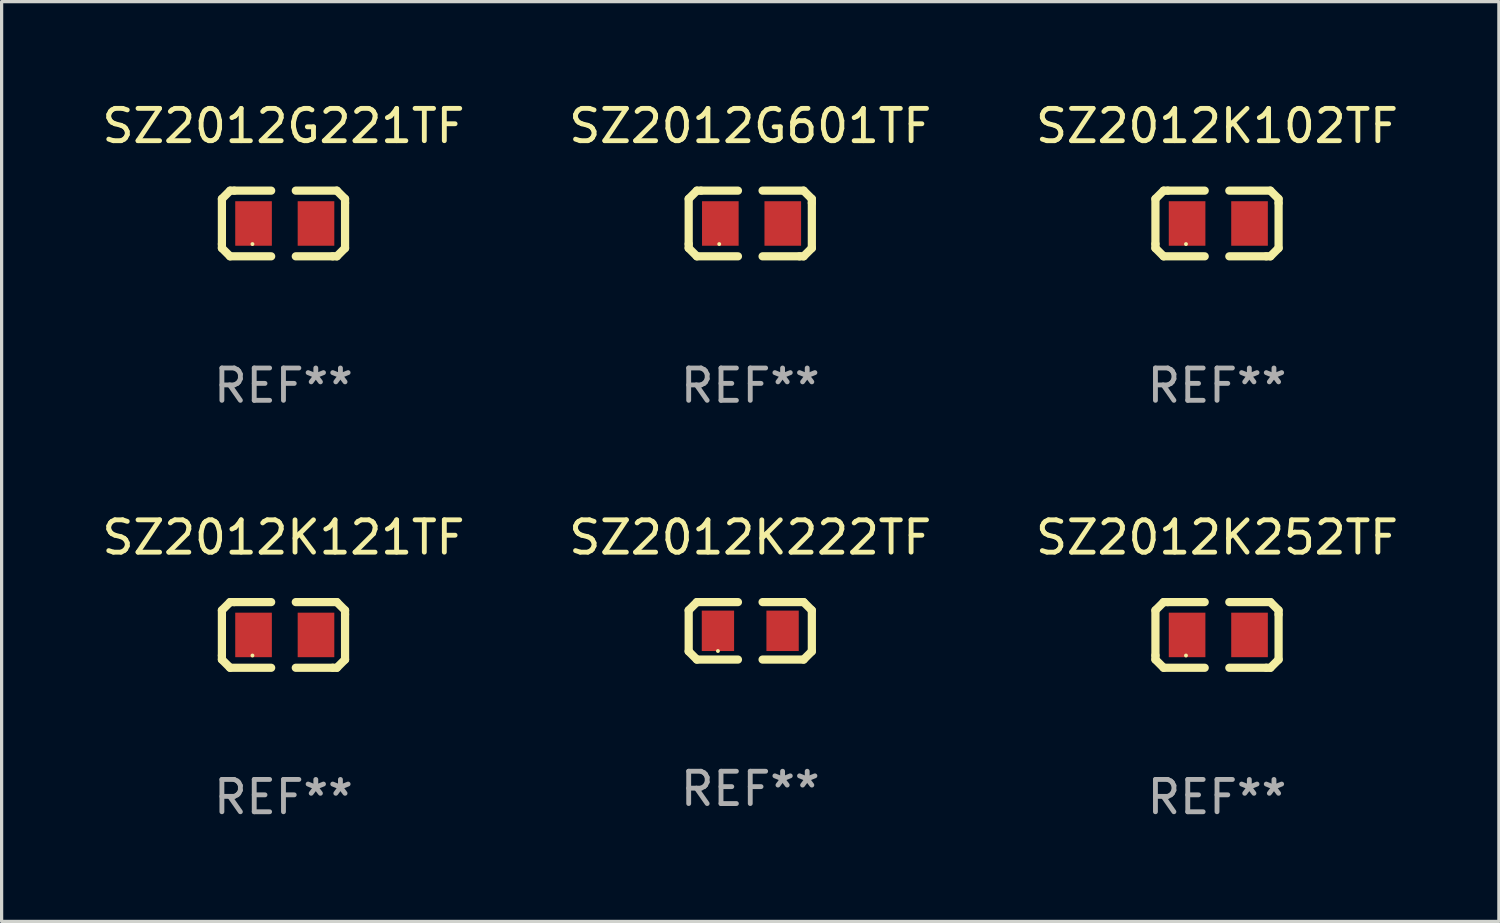
<source format=kicad_pcb>
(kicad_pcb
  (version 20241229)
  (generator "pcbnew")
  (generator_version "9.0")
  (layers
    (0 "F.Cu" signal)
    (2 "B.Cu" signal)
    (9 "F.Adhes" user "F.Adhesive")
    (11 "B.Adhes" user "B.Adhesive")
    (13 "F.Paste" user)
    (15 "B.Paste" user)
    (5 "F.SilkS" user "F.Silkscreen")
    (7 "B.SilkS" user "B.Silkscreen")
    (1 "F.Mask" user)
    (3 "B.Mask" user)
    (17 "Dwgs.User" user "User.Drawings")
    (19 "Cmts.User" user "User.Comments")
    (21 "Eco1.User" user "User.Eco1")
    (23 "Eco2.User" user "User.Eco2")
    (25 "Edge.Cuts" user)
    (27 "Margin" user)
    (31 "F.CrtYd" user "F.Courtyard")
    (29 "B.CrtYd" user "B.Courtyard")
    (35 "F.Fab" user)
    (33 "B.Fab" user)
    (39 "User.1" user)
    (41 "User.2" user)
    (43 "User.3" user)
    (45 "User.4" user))
  (footprint "SZ2012K222TF"
    (layer "F.Cu")
    (at 20.161 16.466)
    (property "Reference" "SZ2012K222TF" (at 0 -2.889 0) (layer "F.SilkS") (effects (font (size 1 1) (thickness 0.15))))
    (attr through_hole)
    (fp_line (start -1.905 -0.635) (end -1.651 -0.889) (stroke (width 0.254) (type solid)) (layer "F.SilkS"))
    (fp_line (start -1.905 0.635) (end -1.905 -0.635) (stroke (width 0.254) (type solid)) (layer "F.SilkS"))
    (fp_line (start -1.651 -0.889) (end -0.381 -0.889) (stroke (width 0.254) (type solid)) (layer "F.SilkS"))
    (fp_line (start -1.651 0.889) (end -1.905 0.635) (stroke (width 0.254) (type solid)) (layer "F.SilkS"))
    (fp_line (start -0.381 0.889) (end -1.651 0.889) (stroke (width 0.254) (type solid)) (layer "F.SilkS"))
    (fp_line (start 0.381 -0.889) (end 1.651 -0.889) (stroke (width 0.254) (type solid)) (layer "F.SilkS"))
    (fp_line (start 1.651 -0.889) (end 1.905 -0.635) (stroke (width 0.254) (type solid)) (layer "F.SilkS"))
    (fp_line (start 1.651 0.889) (end 0.381 0.889) (stroke (width 0.254) (type solid)) (layer "F.SilkS"))
    (fp_line (start 1.905 -0.635) (end 1.905 0.635) (stroke (width 0.254) (type solid)) (layer "F.SilkS"))
    (fp_line (start 1.905 0.635) (end 1.651 0.889) (stroke (width 0.254) (type solid)) (layer "F.SilkS"))
    (fp_circle (center -1 0.625) (end -0.97 0.625) (stroke (width 0.06) (type solid)) (fill no) (layer "F.SilkS"))
    (fp_text user "REF**" (at 0 4.889 0) (layer "F.Fab") (effects (font (size 1 1) (thickness 0.15))))
    (pad "1" smd rect (at -1 0 180) (size 1 1.25) (layers "F.Cu" "F.Mask" "F.Paste"))
    (pad "2" smd rect (at 1 0) (size 1 1.25) (layers "F.Cu" "F.Mask" "F.Paste")))
  (footprint "SZ2012K121TF"
    (layer "F.Cu")
    (at 5.72 16.593)
    (property "Reference" "SZ2012K121TF" (at 0 -3.016 0) (layer "F.SilkS") (effects (font (size 1 1) (thickness 0.15))))
    (attr through_hole)
    (fp_line (start -1.905 -0.762) (end -1.905 0.635) (stroke (width 0.254) (type solid)) (layer "F.SilkS"))
    (fp_line (start -1.905 0.635) (end -1.905 0.762) (stroke (width 0.254) (type solid)) (layer "F.SilkS"))
    (fp_line (start -1.905 0.762) (end -1.651 1.016) (stroke (width 0.254) (type solid)) (layer "F.SilkS"))
    (fp_line (start -1.651 -1.016) (end -1.905 -0.762) (stroke (width 0.254) (type solid)) (layer "F.SilkS"))
    (fp_line (start -1.651 1.016) (end -0.381 1.016) (stroke (width 0.254) (type solid)) (layer "F.SilkS"))
    (fp_line (start -1.524 -1.016) (end -1.651 -1.016) (stroke (width 0.254) (type solid)) (layer "F.SilkS"))
    (fp_line (start -0.381 -1.016) (end -1.524 -1.016) (stroke (width 0.254) (type solid)) (layer "F.SilkS"))
    (fp_line (start 0.381 1.016) (end 1.524 1.016) (stroke (width 0.254) (type solid)) (layer "F.SilkS"))
    (fp_line (start 1.524 1.016) (end 1.651 1.016) (stroke (width 0.254) (type solid)) (layer "F.SilkS"))
    (fp_line (start 1.651 -1.016) (end 0.381 -1.016) (stroke (width 0.254) (type solid)) (layer "F.SilkS"))
    (fp_line (start 1.651 1.016) (end 1.905 0.762) (stroke (width 0.254) (type solid)) (layer "F.SilkS"))
    (fp_line (start 1.905 -0.762) (end 1.651 -1.016) (stroke (width 0.254) (type solid)) (layer "F.SilkS"))
    (fp_line (start 1.905 -0.635) (end 1.905 -0.762) (stroke (width 0.254) (type solid)) (layer "F.SilkS"))
    (fp_line (start 1.905 0.762) (end 1.905 -0.635) (stroke (width 0.254) (type solid)) (layer "F.SilkS"))
    (fp_circle (center -0.96 0.637) (end -0.93 0.637) (stroke (width 0.06) (type solid)) (fill no) (layer "F.SilkS"))
    (fp_text user "REF**" (at 0 5.016 0) (layer "F.Fab") (effects (font (size 1 1) (thickness 0.15))))
    (pad "1" smd rect (at -0.926 -0.000051) (size 1.133 1.377) (layers "F.Cu" "F.Mask" "F.Paste"))
    (pad "2" smd rect (at 1.006 -0.000051) (size 1.133 1.377) (layers "F.Cu" "F.Mask" "F.Paste")))
  (footprint "SZ2012K102TF"
    (layer "F.Cu")
    (at 34.601 3.864)
    (property "Reference" "SZ2012K102TF" (at 0 -3.016 0) (layer "F.SilkS") (effects (font (size 1 1) (thickness 0.15))))
    (attr through_hole)
    (fp_line (start -1.905 -0.762) (end -1.905 0.635) (stroke (width 0.254) (type solid)) (layer "F.SilkS"))
    (fp_line (start -1.905 0.635) (end -1.905 0.762) (stroke (width 0.254) (type solid)) (layer "F.SilkS"))
    (fp_line (start -1.905 0.762) (end -1.651 1.016) (stroke (width 0.254) (type solid)) (layer "F.SilkS"))
    (fp_line (start -1.651 -1.016) (end -1.905 -0.762) (stroke (width 0.254) (type solid)) (layer "F.SilkS"))
    (fp_line (start -1.651 1.016) (end -0.381 1.016) (stroke (width 0.254) (type solid)) (layer "F.SilkS"))
    (fp_line (start -1.524 -1.016) (end -1.651 -1.016) (stroke (width 0.254) (type solid)) (layer "F.SilkS"))
    (fp_line (start -0.381 -1.016) (end -1.524 -1.016) (stroke (width 0.254) (type solid)) (layer "F.SilkS"))
    (fp_line (start 0.381 1.016) (end 1.524 1.016) (stroke (width 0.254) (type solid)) (layer "F.SilkS"))
    (fp_line (start 1.524 1.016) (end 1.651 1.016) (stroke (width 0.254) (type solid)) (layer "F.SilkS"))
    (fp_line (start 1.651 -1.016) (end 0.381 -1.016) (stroke (width 0.254) (type solid)) (layer "F.SilkS"))
    (fp_line (start 1.651 1.016) (end 1.905 0.762) (stroke (width 0.254) (type solid)) (layer "F.SilkS"))
    (fp_line (start 1.905 -0.762) (end 1.651 -1.016) (stroke (width 0.254) (type solid)) (layer "F.SilkS"))
    (fp_line (start 1.905 -0.635) (end 1.905 -0.762) (stroke (width 0.254) (type solid)) (layer "F.SilkS"))
    (fp_line (start 1.905 0.762) (end 1.905 -0.635) (stroke (width 0.254) (type solid)) (layer "F.SilkS"))
    (fp_circle (center -0.96 0.637) (end -0.93 0.637) (stroke (width 0.06) (type solid)) (fill no) (layer "F.SilkS"))
    (fp_text user "REF**" (at 0 5.016 0) (layer "F.Fab") (effects (font (size 1 1) (thickness 0.15))))
    (pad "1" smd rect (at -0.926 -0.000051) (size 1.133 1.377) (layers "F.Cu" "F.Mask" "F.Paste"))
    (pad "2" smd rect (at 1.006 -0.000051) (size 1.133 1.377) (layers "F.Cu" "F.Mask" "F.Paste")))
  (footprint "SZ2012G601TF"
    (layer "F.Cu")
    (at 20.161 3.864)
    (property "Reference" "SZ2012G601TF" (at 0 -3.016 0) (layer "F.SilkS") (effects (font (size 1 1) (thickness 0.15))))
    (attr through_hole)
    (fp_line (start -1.905 -0.762) (end -1.905 0.635) (stroke (width 0.254) (type solid)) (layer "F.SilkS"))
    (fp_line (start -1.905 0.635) (end -1.905 0.762) (stroke (width 0.254) (type solid)) (layer "F.SilkS"))
    (fp_line (start -1.905 0.762) (end -1.651 1.016) (stroke (width 0.254) (type solid)) (layer "F.SilkS"))
    (fp_line (start -1.651 -1.016) (end -1.905 -0.762) (stroke (width 0.254) (type solid)) (layer "F.SilkS"))
    (fp_line (start -1.651 1.016) (end -0.381 1.016) (stroke (width 0.254) (type solid)) (layer "F.SilkS"))
    (fp_line (start -1.524 -1.016) (end -1.651 -1.016) (stroke (width 0.254) (type solid)) (layer "F.SilkS"))
    (fp_line (start -0.381 -1.016) (end -1.524 -1.016) (stroke (width 0.254) (type solid)) (layer "F.SilkS"))
    (fp_line (start 0.381 1.016) (end 1.524 1.016) (stroke (width 0.254) (type solid)) (layer "F.SilkS"))
    (fp_line (start 1.524 1.016) (end 1.651 1.016) (stroke (width 0.254) (type solid)) (layer "F.SilkS"))
    (fp_line (start 1.651 -1.016) (end 0.381 -1.016) (stroke (width 0.254) (type solid)) (layer "F.SilkS"))
    (fp_line (start 1.651 1.016) (end 1.905 0.762) (stroke (width 0.254) (type solid)) (layer "F.SilkS"))
    (fp_line (start 1.905 -0.762) (end 1.651 -1.016) (stroke (width 0.254) (type solid)) (layer "F.SilkS"))
    (fp_line (start 1.905 -0.635) (end 1.905 -0.762) (stroke (width 0.254) (type solid)) (layer "F.SilkS"))
    (fp_line (start 1.905 0.762) (end 1.905 -0.635) (stroke (width 0.254) (type solid)) (layer "F.SilkS"))
    (fp_circle (center -0.96 0.637) (end -0.93 0.637) (stroke (width 0.06) (type solid)) (fill no) (layer "F.SilkS"))
    (fp_text user "REF**" (at 0 5.016 0) (layer "F.Fab") (effects (font (size 1 1) (thickness 0.15))))
    (pad "1" smd rect (at -0.926 -0.000051) (size 1.133 1.377) (layers "F.Cu" "F.Mask" "F.Paste"))
    (pad "2" smd rect (at 1.006 -0.000051) (size 1.133 1.377) (layers "F.Cu" "F.Mask" "F.Paste")))
  (footprint "SZ2012G221TF"
    (layer "F.Cu")
    (at 5.72 3.864)
    (property "Reference" "SZ2012G221TF" (at 0 -3.016 0) (layer "F.SilkS") (effects (font (size 1 1) (thickness 0.15))))
    (attr through_hole)
    (fp_line (start -1.905 -0.762) (end -1.905 0.635) (stroke (width 0.254) (type solid)) (layer "F.SilkS"))
    (fp_line (start -1.905 0.635) (end -1.905 0.762) (stroke (width 0.254) (type solid)) (layer "F.SilkS"))
    (fp_line (start -1.905 0.762) (end -1.651 1.016) (stroke (width 0.254) (type solid)) (layer "F.SilkS"))
    (fp_line (start -1.651 -1.016) (end -1.905 -0.762) (stroke (width 0.254) (type solid)) (layer "F.SilkS"))
    (fp_line (start -1.651 1.016) (end -0.381 1.016) (stroke (width 0.254) (type solid)) (layer "F.SilkS"))
    (fp_line (start -1.524 -1.016) (end -1.651 -1.016) (stroke (width 0.254) (type solid)) (layer "F.SilkS"))
    (fp_line (start -0.381 -1.016) (end -1.524 -1.016) (stroke (width 0.254) (type solid)) (layer "F.SilkS"))
    (fp_line (start 0.381 1.016) (end 1.524 1.016) (stroke (width 0.254) (type solid)) (layer "F.SilkS"))
    (fp_line (start 1.524 1.016) (end 1.651 1.016) (stroke (width 0.254) (type solid)) (layer "F.SilkS"))
    (fp_line (start 1.651 -1.016) (end 0.381 -1.016) (stroke (width 0.254) (type solid)) (layer "F.SilkS"))
    (fp_line (start 1.651 1.016) (end 1.905 0.762) (stroke (width 0.254) (type solid)) (layer "F.SilkS"))
    (fp_line (start 1.905 -0.762) (end 1.651 -1.016) (stroke (width 0.254) (type solid)) (layer "F.SilkS"))
    (fp_line (start 1.905 -0.635) (end 1.905 -0.762) (stroke (width 0.254) (type solid)) (layer "F.SilkS"))
    (fp_line (start 1.905 0.762) (end 1.905 -0.635) (stroke (width 0.254) (type solid)) (layer "F.SilkS"))
    (fp_circle (center -0.96 0.637) (end -0.93 0.637) (stroke (width 0.06) (type solid)) (fill no) (layer "F.SilkS"))
    (fp_text user "REF**" (at 0 5.016 0) (layer "F.Fab") (effects (font (size 1 1) (thickness 0.15))))
    (pad "1" smd rect (at -0.926 -0.000051) (size 1.133 1.377) (layers "F.Cu" "F.Mask" "F.Paste"))
    (pad "2" smd rect (at 1.006 -0.000051) (size 1.133 1.377) (layers "F.Cu" "F.Mask" "F.Paste")))
  (footprint "SZ2012K252TF"
    (layer "F.Cu")
    (at 34.601 16.593)
    (property "Reference" "SZ2012K252TF" (at 0 -3.016 0) (layer "F.SilkS") (effects (font (size 1 1) (thickness 0.15))))
    (attr through_hole)
    (fp_line (start -1.905 -0.762) (end -1.905 0.635) (stroke (width 0.254) (type solid)) (layer "F.SilkS"))
    (fp_line (start -1.905 0.635) (end -1.905 0.762) (stroke (width 0.254) (type solid)) (layer "F.SilkS"))
    (fp_line (start -1.905 0.762) (end -1.651 1.016) (stroke (width 0.254) (type solid)) (layer "F.SilkS"))
    (fp_line (start -1.651 -1.016) (end -1.905 -0.762) (stroke (width 0.254) (type solid)) (layer "F.SilkS"))
    (fp_line (start -1.651 1.016) (end -0.381 1.016) (stroke (width 0.254) (type solid)) (layer "F.SilkS"))
    (fp_line (start -1.524 -1.016) (end -1.651 -1.016) (stroke (width 0.254) (type solid)) (layer "F.SilkS"))
    (fp_line (start -0.381 -1.016) (end -1.524 -1.016) (stroke (width 0.254) (type solid)) (layer "F.SilkS"))
    (fp_line (start 0.381 1.016) (end 1.524 1.016) (stroke (width 0.254) (type solid)) (layer "F.SilkS"))
    (fp_line (start 1.524 1.016) (end 1.651 1.016) (stroke (width 0.254) (type solid)) (layer "F.SilkS"))
    (fp_line (start 1.651 -1.016) (end 0.381 -1.016) (stroke (width 0.254) (type solid)) (layer "F.SilkS"))
    (fp_line (start 1.651 1.016) (end 1.905 0.762) (stroke (width 0.254) (type solid)) (layer "F.SilkS"))
    (fp_line (start 1.905 -0.762) (end 1.651 -1.016) (stroke (width 0.254) (type solid)) (layer "F.SilkS"))
    (fp_line (start 1.905 -0.635) (end 1.905 -0.762) (stroke (width 0.254) (type solid)) (layer "F.SilkS"))
    (fp_line (start 1.905 0.762) (end 1.905 -0.635) (stroke (width 0.254) (type solid)) (layer "F.SilkS"))
    (fp_circle (center -0.96 0.637) (end -0.93 0.637) (stroke (width 0.06) (type solid)) (fill no) (layer "F.SilkS"))
    (fp_text user "REF**" (at 0 5.016 0) (layer "F.Fab") (effects (font (size 1 1) (thickness 0.15))))
    (pad "1" smd rect (at -0.926 -0.000051) (size 1.133 1.377) (layers "F.Cu" "F.Mask" "F.Paste"))
    (pad "2" smd rect (at 1.006 -0.000051) (size 1.133 1.377) (layers "F.Cu" "F.Mask" "F.Paste")))
  (gr_rect
    (start -3 -3)
    (end 43.321 25.457)
    (stroke (width 0.1) (type default))
    (fill no)
    (layer "Edge.Cuts")))
</source>
